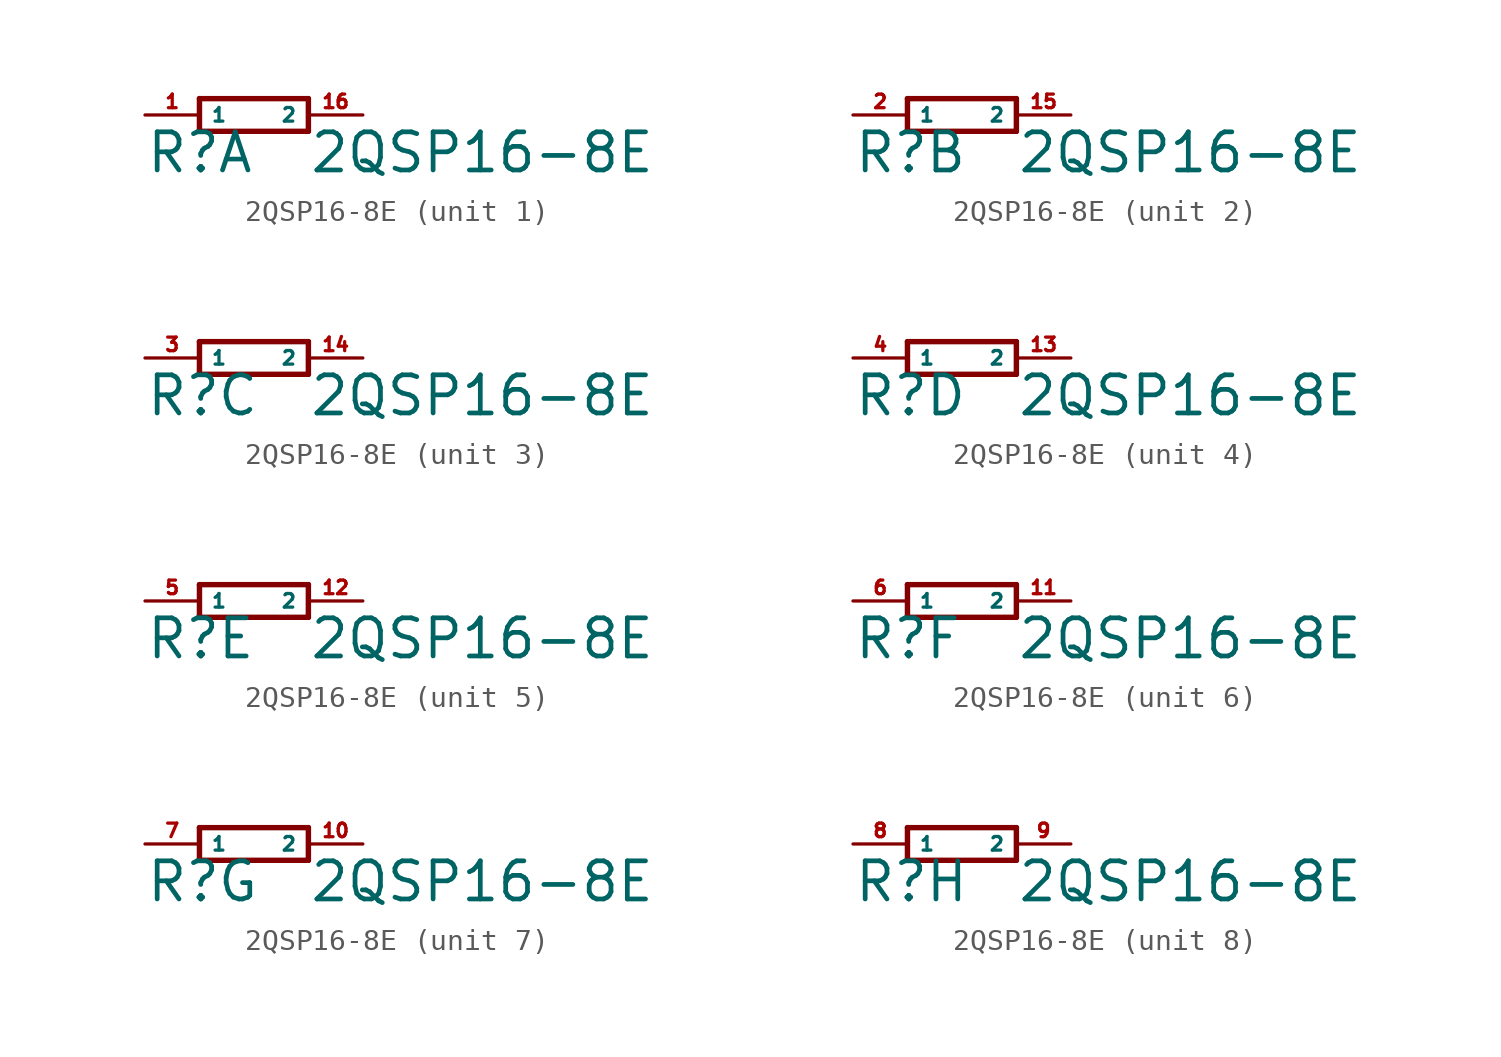
<source format=kicad_sym>
(kicad_symbol_lib
  (version 20220914)
  (generator Eagle2Kicad)
  (symbol "2QSP16-8E"
    (property "Reference" "R"
      (at -5.08 -2.794 0)
      (effects (font (size 1.778 1.778) (thickness 0.22)) (justify left bottom)))
    (property "Value" "2QSP16-8E"
      (at 2.54 -2.794 0)
      (effects (font (size 1.778 1.778) (thickness 0.22)) (justify left bottom)))
    (symbol "2QSP16-8E_1_0"
      (polyline (pts (xy -2.54 -0.762) (xy 2.54 -0.762)) (stroke (width 0.254) (type default)) (fill (type none)))
      (polyline (pts (xy 2.54 0.762) (xy -2.54 0.762)) (stroke (width 0.254) (type default)) (fill (type none)))
      (polyline (pts (xy 2.54 -0.762) (xy 2.54 0.762)) (stroke (width 0.254) (type default)) (fill (type none)))
      (polyline (pts (xy -2.54 0.762) (xy -2.54 -0.762)) (stroke (width 0.254) (type default)) (fill (type none)))
      (pin passive line (at -5.08 0 0) (length 2.54) (name "1" (effects (font (size 0.635 0.635) (thickness 0.08)) (justify left bottom))) (number "1" (effects (font (size 0.635 0.635) (thickness 0.08)) (justify left bottom))))
      (pin passive line (at 5.08 0 180) (length 2.54) (name "2" (effects (font (size 0.635 0.635) (thickness 0.08)) (justify left bottom))) (number "16" (effects (font (size 0.635 0.635) (thickness 0.08)) (justify left bottom)))))
    (symbol "2QSP16-8E_2_0"
      (polyline (pts (xy -2.54 -0.762) (xy 2.54 -0.762)) (stroke (width 0.254) (type default)) (fill (type none)))
      (polyline (pts (xy 2.54 0.762) (xy -2.54 0.762)) (stroke (width 0.254) (type default)) (fill (type none)))
      (polyline (pts (xy 2.54 -0.762) (xy 2.54 0.762)) (stroke (width 0.254) (type default)) (fill (type none)))
      (polyline (pts (xy -2.54 0.762) (xy -2.54 -0.762)) (stroke (width 0.254) (type default)) (fill (type none)))
      (pin passive line (at -5.08 0 0) (length 2.54) (name "1" (effects (font (size 0.635 0.635) (thickness 0.08)) (justify left bottom))) (number "2" (effects (font (size 0.635 0.635) (thickness 0.08)) (justify left bottom))))
      (pin passive line (at 5.08 0 180) (length 2.54) (name "2" (effects (font (size 0.635 0.635) (thickness 0.08)) (justify left bottom))) (number "15" (effects (font (size 0.635 0.635) (thickness 0.08)) (justify left bottom)))))
    (symbol "2QSP16-8E_3_0"
      (polyline (pts (xy -2.54 -0.762) (xy 2.54 -0.762)) (stroke (width 0.254) (type default)) (fill (type none)))
      (polyline (pts (xy 2.54 0.762) (xy -2.54 0.762)) (stroke (width 0.254) (type default)) (fill (type none)))
      (polyline (pts (xy 2.54 -0.762) (xy 2.54 0.762)) (stroke (width 0.254) (type default)) (fill (type none)))
      (polyline (pts (xy -2.54 0.762) (xy -2.54 -0.762)) (stroke (width 0.254) (type default)) (fill (type none)))
      (pin passive line (at -5.08 0 0) (length 2.54) (name "1" (effects (font (size 0.635 0.635) (thickness 0.08)) (justify left bottom))) (number "3" (effects (font (size 0.635 0.635) (thickness 0.08)) (justify left bottom))))
      (pin passive line (at 5.08 0 180) (length 2.54) (name "2" (effects (font (size 0.635 0.635) (thickness 0.08)) (justify left bottom))) (number "14" (effects (font (size 0.635 0.635) (thickness 0.08)) (justify left bottom)))))
    (symbol "2QSP16-8E_4_0"
      (polyline (pts (xy -2.54 -0.762) (xy 2.54 -0.762)) (stroke (width 0.254) (type default)) (fill (type none)))
      (polyline (pts (xy 2.54 0.762) (xy -2.54 0.762)) (stroke (width 0.254) (type default)) (fill (type none)))
      (polyline (pts (xy 2.54 -0.762) (xy 2.54 0.762)) (stroke (width 0.254) (type default)) (fill (type none)))
      (polyline (pts (xy -2.54 0.762) (xy -2.54 -0.762)) (stroke (width 0.254) (type default)) (fill (type none)))
      (pin passive line (at -5.08 0 0) (length 2.54) (name "1" (effects (font (size 0.635 0.635) (thickness 0.08)) (justify left bottom))) (number "4" (effects (font (size 0.635 0.635) (thickness 0.08)) (justify left bottom))))
      (pin passive line (at 5.08 0 180) (length 2.54) (name "2" (effects (font (size 0.635 0.635) (thickness 0.08)) (justify left bottom))) (number "13" (effects (font (size 0.635 0.635) (thickness 0.08)) (justify left bottom)))))
    (symbol "2QSP16-8E_5_0"
      (polyline (pts (xy -2.54 -0.762) (xy 2.54 -0.762)) (stroke (width 0.254) (type default)) (fill (type none)))
      (polyline (pts (xy 2.54 0.762) (xy -2.54 0.762)) (stroke (width 0.254) (type default)) (fill (type none)))
      (polyline (pts (xy 2.54 -0.762) (xy 2.54 0.762)) (stroke (width 0.254) (type default)) (fill (type none)))
      (polyline (pts (xy -2.54 0.762) (xy -2.54 -0.762)) (stroke (width 0.254) (type default)) (fill (type none)))
      (pin passive line (at -5.08 0 0) (length 2.54) (name "1" (effects (font (size 0.635 0.635) (thickness 0.08)) (justify left bottom))) (number "5" (effects (font (size 0.635 0.635) (thickness 0.08)) (justify left bottom))))
      (pin passive line (at 5.08 0 180) (length 2.54) (name "2" (effects (font (size 0.635 0.635) (thickness 0.08)) (justify left bottom))) (number "12" (effects (font (size 0.635 0.635) (thickness 0.08)) (justify left bottom)))))
    (symbol "2QSP16-8E_6_0"
      (polyline (pts (xy -2.54 -0.762) (xy 2.54 -0.762)) (stroke (width 0.254) (type default)) (fill (type none)))
      (polyline (pts (xy 2.54 0.762) (xy -2.54 0.762)) (stroke (width 0.254) (type default)) (fill (type none)))
      (polyline (pts (xy 2.54 -0.762) (xy 2.54 0.762)) (stroke (width 0.254) (type default)) (fill (type none)))
      (polyline (pts (xy -2.54 0.762) (xy -2.54 -0.762)) (stroke (width 0.254) (type default)) (fill (type none)))
      (pin passive line (at -5.08 0 0) (length 2.54) (name "1" (effects (font (size 0.635 0.635) (thickness 0.08)) (justify left bottom))) (number "6" (effects (font (size 0.635 0.635) (thickness 0.08)) (justify left bottom))))
      (pin passive line (at 5.08 0 180) (length 2.54) (name "2" (effects (font (size 0.635 0.635) (thickness 0.08)) (justify left bottom))) (number "11" (effects (font (size 0.635 0.635) (thickness 0.08)) (justify left bottom)))))
    (symbol "2QSP16-8E_7_0"
      (polyline (pts (xy -2.54 -0.762) (xy 2.54 -0.762)) (stroke (width 0.254) (type default)) (fill (type none)))
      (polyline (pts (xy 2.54 0.762) (xy -2.54 0.762)) (stroke (width 0.254) (type default)) (fill (type none)))
      (polyline (pts (xy 2.54 -0.762) (xy 2.54 0.762)) (stroke (width 0.254) (type default)) (fill (type none)))
      (polyline (pts (xy -2.54 0.762) (xy -2.54 -0.762)) (stroke (width 0.254) (type default)) (fill (type none)))
      (pin passive line (at -5.08 0 0) (length 2.54) (name "1" (effects (font (size 0.635 0.635) (thickness 0.08)) (justify left bottom))) (number "7" (effects (font (size 0.635 0.635) (thickness 0.08)) (justify left bottom))))
      (pin passive line (at 5.08 0 180) (length 2.54) (name "2" (effects (font (size 0.635 0.635) (thickness 0.08)) (justify left bottom))) (number "10" (effects (font (size 0.635 0.635) (thickness 0.08)) (justify left bottom)))))
    (symbol "2QSP16-8E_8_0"
      (polyline (pts (xy -2.54 -0.762) (xy 2.54 -0.762)) (stroke (width 0.254) (type default)) (fill (type none)))
      (polyline (pts (xy 2.54 0.762) (xy -2.54 0.762)) (stroke (width 0.254) (type default)) (fill (type none)))
      (polyline (pts (xy 2.54 -0.762) (xy 2.54 0.762)) (stroke (width 0.254) (type default)) (fill (type none)))
      (polyline (pts (xy -2.54 0.762) (xy -2.54 -0.762)) (stroke (width 0.254) (type default)) (fill (type none)))
      (pin passive line (at -5.08 0 0) (length 2.54) (name "1" (effects (font (size 0.635 0.635) (thickness 0.08)) (justify left bottom))) (number "8" (effects (font (size 0.635 0.635) (thickness 0.08)) (justify left bottom))))
      (pin passive line (at 5.08 0 180) (length 2.54) (name "2" (effects (font (size 0.635 0.635) (thickness 0.08)) (justify left bottom))) (number "9" (effects (font (size 0.635 0.635) (thickness 0.08)) (justify left bottom)))))))
</source>
